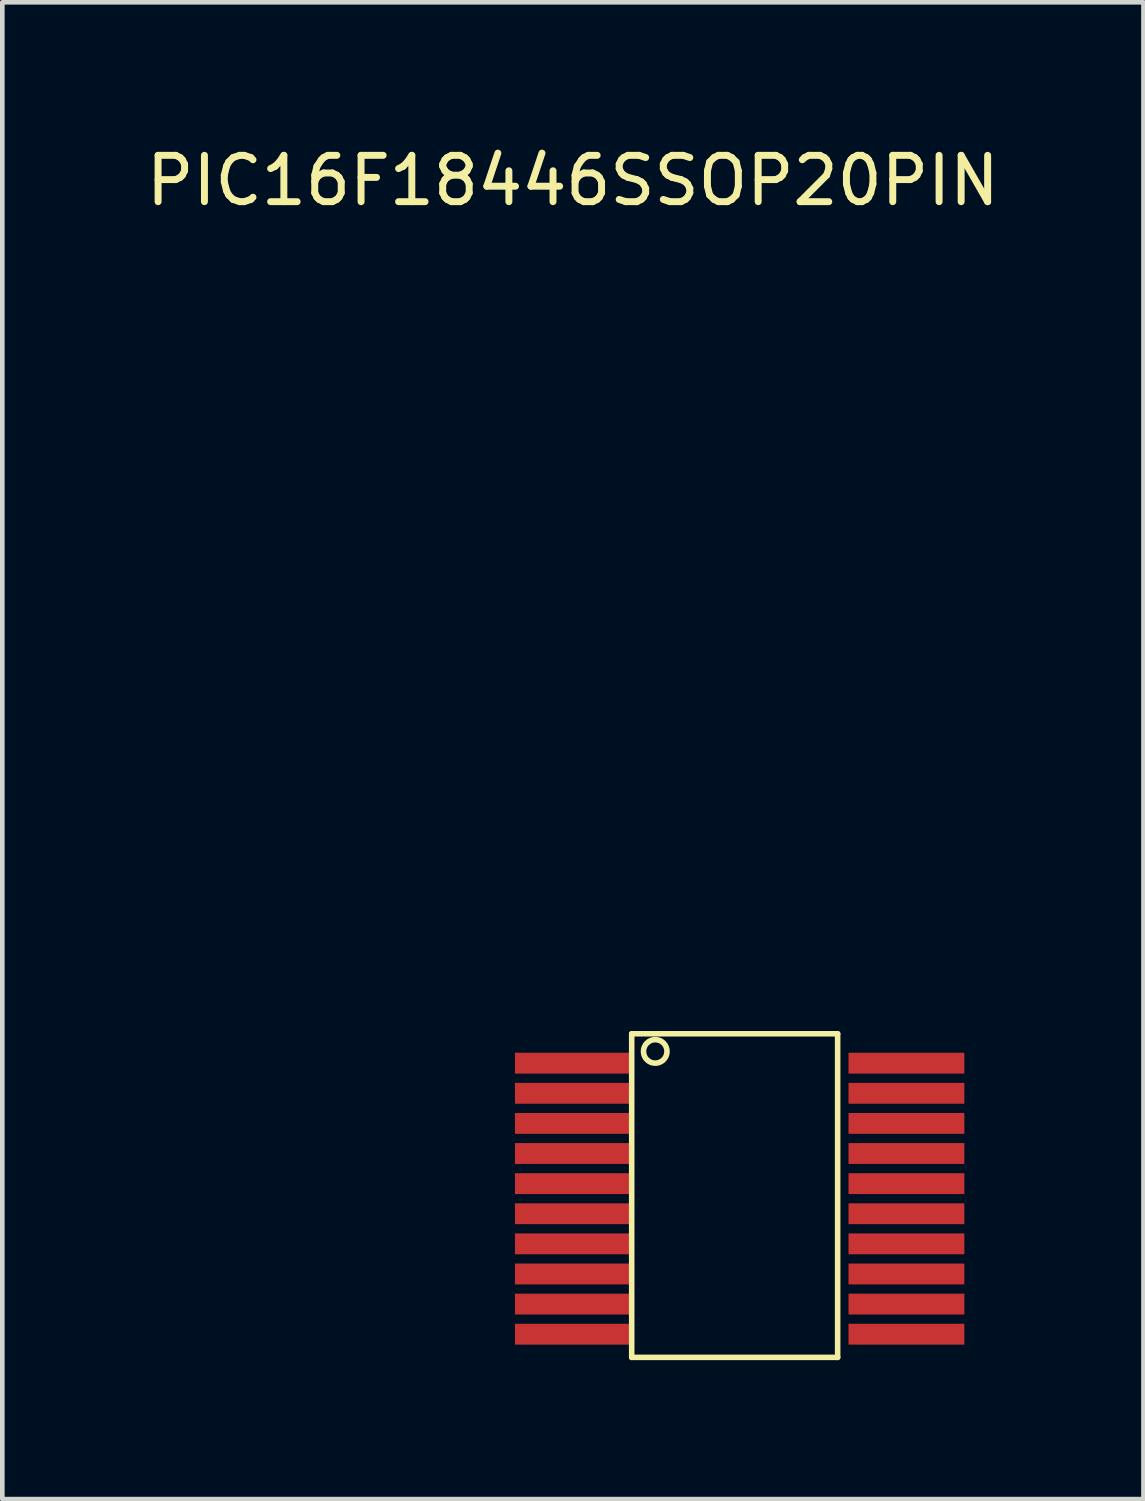
<source format=kicad_pcb>
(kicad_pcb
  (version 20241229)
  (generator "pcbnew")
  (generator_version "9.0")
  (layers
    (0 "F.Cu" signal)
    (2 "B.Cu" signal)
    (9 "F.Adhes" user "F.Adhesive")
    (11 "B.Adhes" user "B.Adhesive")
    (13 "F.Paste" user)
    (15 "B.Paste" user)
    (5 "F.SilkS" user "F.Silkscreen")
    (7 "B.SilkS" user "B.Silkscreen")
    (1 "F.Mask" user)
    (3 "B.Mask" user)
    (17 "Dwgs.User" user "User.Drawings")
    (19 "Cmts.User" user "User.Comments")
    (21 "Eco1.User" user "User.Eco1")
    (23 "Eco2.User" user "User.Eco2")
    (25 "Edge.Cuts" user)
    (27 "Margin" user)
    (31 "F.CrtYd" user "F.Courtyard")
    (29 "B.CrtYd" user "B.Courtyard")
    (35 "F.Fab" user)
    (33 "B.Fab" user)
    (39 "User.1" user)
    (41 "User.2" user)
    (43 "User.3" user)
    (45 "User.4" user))
  (footprint "PIC16F18446SSOP20PIN"
    (layer "F.Cu")
    (at 9.315 19.898)
    (property "Reference" "PIC16F18446SSOP20PIN" (at 0 -19.05 0) (layer "F.SilkS") (effects (font (size 1 1) (thickness 0.15))))
    (attr through_hole)
    (fp_line (start 1.27 -0.635) (end 5.715 -0.635) (stroke (width 0.12) (type solid)) (layer "F.SilkS"))
    (fp_line (start 1.27 6.35) (end 1.27 -0.635) (stroke (width 0.12) (type solid)) (layer "F.SilkS"))
    (fp_line (start 5.715 -0.635) (end 5.715 6.35) (stroke (width 0.12) (type solid)) (layer "F.SilkS"))
    (fp_line (start 5.715 6.35) (end 1.27 6.35) (stroke (width 0.12) (type solid)) (layer "F.SilkS"))
    (fp_circle (center 1.778 -0.254) (end 2.032 -0.254) (stroke (width 0.12) (type solid)) (fill no) (layer "F.SilkS"))
    (pad "1" smd rect (at 0 0) (size 2.5 0.45) (layers "F.Cu" "F.Mask" "F.Paste"))
    (pad "2" smd rect (at 0 0.65) (size 2.5 0.45) (layers "F.Cu" "F.Mask" "F.Paste"))
    (pad "3" smd rect (at 0 1.3) (size 2.5 0.45) (layers "F.Cu" "F.Mask" "F.Paste"))
    (pad "4" smd rect (at 0 1.95) (size 2.5 0.45) (layers "F.Cu" "F.Mask" "F.Paste"))
    (pad "5" smd rect (at 0 2.6) (size 2.5 0.45) (layers "F.Cu" "F.Mask" "F.Paste"))
    (pad "6" smd rect (at 0 3.25) (size 2.5 0.45) (layers "F.Cu" "F.Mask" "F.Paste"))
    (pad "7" smd rect (at 0 3.9) (size 2.5 0.45) (layers "F.Cu" "F.Mask" "F.Paste"))
    (pad "8" smd rect (at 0 4.55) (size 2.5 0.45) (layers "F.Cu" "F.Mask" "F.Paste"))
    (pad "9" smd rect (at 0 5.2) (size 2.5 0.45) (layers "F.Cu" "F.Mask" "F.Paste"))
    (pad "10" smd rect (at 0 5.85) (size 2.5 0.45) (layers "F.Cu" "F.Mask" "F.Paste"))
    (pad "11" smd rect (at 7.2 5.85) (size 2.5 0.45) (layers "F.Cu" "F.Mask" "F.Paste"))
    (pad "12" smd rect (at 7.2 5.2) (size 2.5 0.45) (layers "F.Cu" "F.Mask" "F.Paste"))
    (pad "13" smd rect (at 7.2 4.55) (size 2.5 0.45) (layers "F.Cu" "F.Mask" "F.Paste"))
    (pad "14" smd rect (at 7.2 3.9) (size 2.5 0.45) (layers "F.Cu" "F.Mask" "F.Paste"))
    (pad "15" smd rect (at 7.2 3.25) (size 2.5 0.45) (layers "F.Cu" "F.Mask" "F.Paste"))
    (pad "16" smd rect (at 7.2 2.6) (size 2.5 0.45) (layers "F.Cu" "F.Mask" "F.Paste"))
    (pad "17" smd rect (at 7.2 1.95) (size 2.5 0.45) (layers "F.Cu" "F.Mask" "F.Paste"))
    (pad "18" smd rect (at 7.2 1.3) (size 2.5 0.45) (layers "F.Cu" "F.Mask" "F.Paste"))
    (pad "19" smd rect (at 7.2 0.65) (size 2.5 0.45) (layers "F.Cu" "F.Mask" "F.Paste"))
    (pad "20" smd rect (at 7.2 0) (size 2.5 0.45) (layers "F.Cu" "F.Mask" "F.Paste")))
  (gr_rect
    (start -3 -3)
    (end 21.631 29.308)
    (stroke (width 0.1) (type default))
    (fill no)
    (layer "Edge.Cuts")))
</source>
